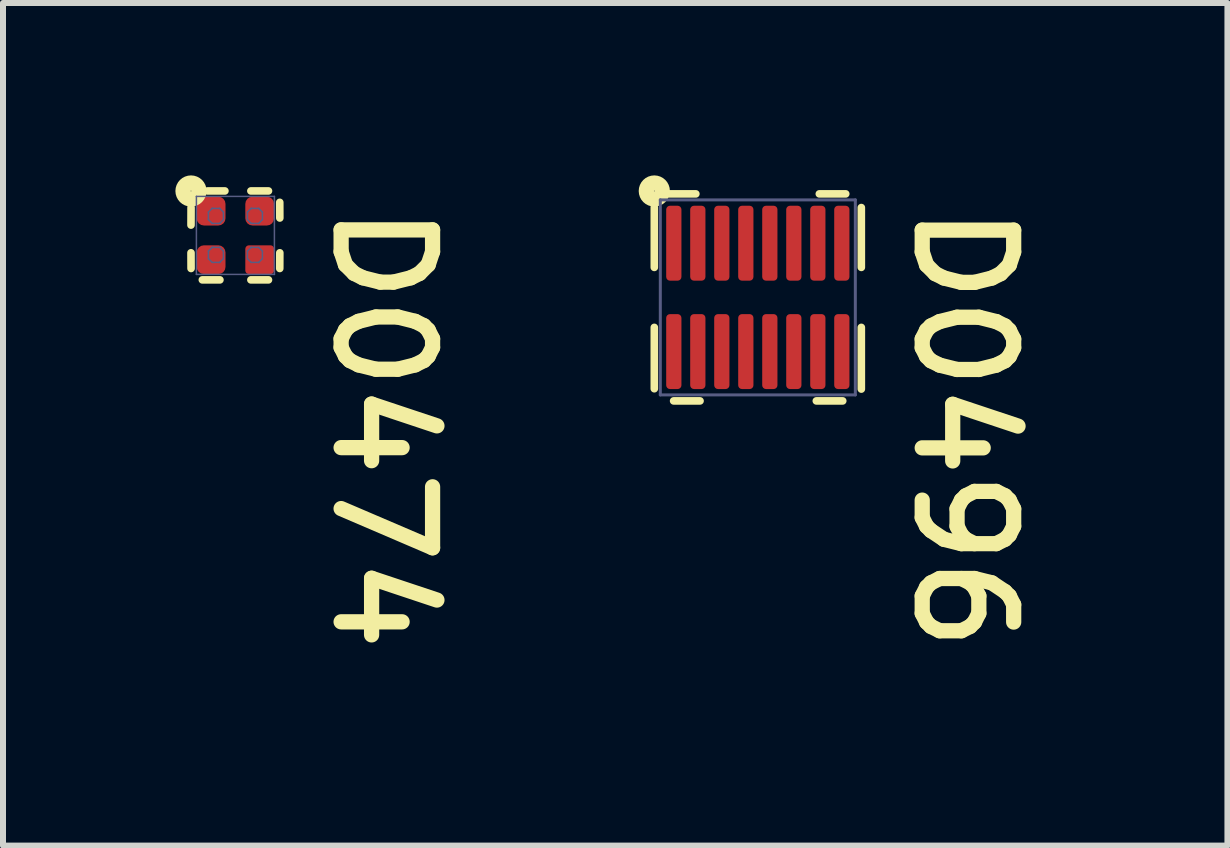
<source format=kicad_pcb>
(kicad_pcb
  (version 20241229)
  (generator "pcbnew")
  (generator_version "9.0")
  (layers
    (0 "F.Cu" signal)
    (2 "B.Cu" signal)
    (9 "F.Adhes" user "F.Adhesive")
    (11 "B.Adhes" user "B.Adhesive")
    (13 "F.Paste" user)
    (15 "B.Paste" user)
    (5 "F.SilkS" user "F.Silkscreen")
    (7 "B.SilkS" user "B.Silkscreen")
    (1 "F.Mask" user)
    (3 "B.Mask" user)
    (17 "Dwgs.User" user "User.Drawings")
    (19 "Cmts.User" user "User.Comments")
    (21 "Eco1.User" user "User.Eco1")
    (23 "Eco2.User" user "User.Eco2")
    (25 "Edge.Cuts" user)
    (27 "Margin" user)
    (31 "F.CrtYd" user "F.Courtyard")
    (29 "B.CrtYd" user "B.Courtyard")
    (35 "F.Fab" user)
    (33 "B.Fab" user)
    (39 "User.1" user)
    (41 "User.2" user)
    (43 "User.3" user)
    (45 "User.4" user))
  (footprint "D0474"
    (layer "F.Cu")
    (at 0.873 0.873)
    (property "Reference" "D0474" (at 1.562 -0.622 270) (unlocked yes) (layer "F.SilkS") (effects (font (size 1.524 1.524) (thickness 0.254)) (justify left bottom)))
    (attr smd)
    (fp_poly (pts (xy -0.388 -0.45) (xy -0.45 -0.388) (xy -0.45 -0.263) (xy -0.388 -0.2) (xy -0.263 -0.2) (xy -0.2 -0.263) (xy -0.2 -0.388) (xy -0.263 -0.45)) (stroke (width 0) (type default)) (fill yes) (layer "F.Mask"))
    (fp_poly (pts (xy -0.388 0.2) (xy -0.45 0.263) (xy -0.45 0.388) (xy -0.388 0.45) (xy -0.263 0.45) (xy -0.2 0.388) (xy -0.2 0.263) (xy -0.263 0.2)) (stroke (width 0) (type default)) (fill yes) (layer "F.Mask"))
    (fp_poly (pts (xy 0.263 -0.45) (xy 0.2 -0.388) (xy 0.2 -0.263) (xy 0.263 -0.2) (xy 0.388 -0.2) (xy 0.45 -0.263) (xy 0.45 -0.388) (xy 0.388 -0.45)) (stroke (width 0) (type default)) (fill yes) (layer "F.Mask"))
    (fp_poly (pts (xy 0.263 0.2) (xy 0.2 0.263) (xy 0.2 0.388) (xy 0.263 0.45) (xy 0.388 0.45) (xy 0.45 0.388) (xy 0.45 0.263) (xy 0.388 0.2)) (stroke (width 0) (type default)) (fill yes) (layer "F.Mask"))
    (fp_line (start -0.74 0.29) (end -0.739 0.551) (stroke (width 0.127) (type solid)) (layer "F.SilkS"))
    (fp_line (start -0.739 -0.463) (end -0.74 -0.172) (stroke (width 0.127) (type solid)) (layer "F.SilkS"))
    (fp_line (start -0.551 0.741) (end -0.258 0.741) (stroke (width 0.127) (type solid)) (layer "F.SilkS"))
    (fp_line (start -0.463 -0.741) (end -0.175 -0.741) (stroke (width 0.127) (type solid)) (layer "F.SilkS"))
    (fp_line (start 0.258 -0.741) (end 0.551 -0.741) (stroke (width 0.127) (type solid)) (layer "F.SilkS"))
    (fp_line (start 0.551 0.741) (end 0.258 0.741) (stroke (width 0.127) (type solid)) (layer "F.SilkS"))
    (fp_line (start 0.739 -0.551) (end 0.74 -0.29) (stroke (width 0.127) (type solid)) (layer "F.SilkS"))
    (fp_line (start 0.74 0.29) (end 0.739 0.551) (stroke (width 0.127) (type solid)) (layer "F.SilkS"))
    (fp_circle (center -0.74 -0.74) (end -0.734 -0.74) (stroke (width 0.254) (type solid)) (fill no) (layer "F.SilkS"))
    (fp_poly (pts (xy -0.388 -0.388) (xy -0.388 -0.263) (xy -0.263 -0.263) (xy -0.263 -0.388)) (stroke (width 0.125) (type solid)) (fill yes) (layer "F.Paste"))
    (fp_poly (pts (xy -0.388 0.263) (xy -0.388 0.388) (xy -0.263 0.388) (xy -0.263 0.263)) (stroke (width 0.125) (type solid)) (fill yes) (layer "F.Paste"))
    (fp_poly (pts (xy 0.262 -0.387) (xy 0.262 -0.262) (xy 0.387 -0.262) (xy 0.387 -0.387)) (stroke (width 0.125) (type solid)) (fill yes) (layer "F.Paste"))
    (fp_poly (pts (xy 0.263 0.263) (xy 0.263 0.388) (xy 0.388 0.388) (xy 0.388 0.263)) (stroke (width 0.125) (type solid)) (fill yes) (layer "F.Paste"))
    (fp_line (start -0.65 -0.65) (end -0.65 0.65) (stroke (width 0.025) (type solid)) (layer "B.Fab"))
    (fp_line (start -0.65 -0.65) (end 0.65 -0.65) (stroke (width 0.025) (type solid)) (layer "B.Fab"))
    (fp_line (start -0.65 0.65) (end 0.65 0.65) (stroke (width 0.025) (type solid)) (layer "B.Fab"))
    (fp_line (start -0.45 0.387) (end -0.387 0.45) (stroke (width 0.025) (type solid)) (layer "B.Fab"))
    (fp_line (start -0.45 -0.263) (end -0.387 -0.2) (stroke (width 0.025) (type solid)) (layer "B.Fab"))
    (fp_line (start -0.45 0.262) (end -0.45 0.387) (stroke (width 0.025) (type solid)) (layer "B.Fab"))
    (fp_line (start -0.45 -0.388) (end -0.45 -0.263) (stroke (width 0.025) (type solid)) (layer "B.Fab"))
    (fp_line (start -0.387 0.2) (end -0.387 0.2) (stroke (width 0.025) (type solid)) (layer "B.Fab"))
    (fp_line (start -0.387 0.2) (end -0.45 0.262) (stroke (width 0.025) (type solid)) (layer "B.Fab"))
    (fp_line (start -0.387 0.45) (end -0.262 0.45) (stroke (width 0.025) (type solid)) (layer "B.Fab"))
    (fp_line (start -0.387 -0.45) (end -0.387 -0.45) (stroke (width 0.025) (type solid)) (layer "B.Fab"))
    (fp_line (start -0.387 -0.45) (end -0.45 -0.388) (stroke (width 0.025) (type solid)) (layer "B.Fab"))
    (fp_line (start -0.387 -0.2) (end -0.262 -0.2) (stroke (width 0.025) (type solid)) (layer "B.Fab"))
    (fp_line (start -0.387 0.2) (end -0.385 0.2) (stroke (width 0.025) (type solid)) (layer "B.Fab"))
    (fp_line (start -0.387 -0.45) (end -0.385 -0.45) (stroke (width 0.025) (type solid)) (layer "B.Fab"))
    (fp_line (start -0.385 0.2) (end -0.262 0.2) (stroke (width 0.025) (type solid)) (layer "B.Fab"))
    (fp_line (start -0.385 -0.45) (end -0.262 -0.45) (stroke (width 0.025) (type solid)) (layer "B.Fab"))
    (fp_line (start -0.262 0.2) (end -0.262 0.2) (stroke (width 0.025) (type solid)) (layer "B.Fab"))
    (fp_line (start -0.262 0.2) (end -0.2 0.262) (stroke (width 0.025) (type solid)) (layer "B.Fab"))
    (fp_line (start -0.262 0.45) (end -0.262 0.45) (stroke (width 0.025) (type solid)) (layer "B.Fab"))
    (fp_line (start -0.262 -0.45) (end -0.262 -0.45) (stroke (width 0.025) (type solid)) (layer "B.Fab"))
    (fp_line (start -0.262 -0.45) (end -0.2 -0.388) (stroke (width 0.025) (type solid)) (layer "B.Fab"))
    (fp_line (start -0.262 -0.2) (end -0.262 -0.2) (stroke (width 0.025) (type solid)) (layer "B.Fab"))
    (fp_line (start -0.2 0.262) (end -0.2 0.387) (stroke (width 0.025) (type solid)) (layer "B.Fab"))
    (fp_line (start -0.2 -0.388) (end -0.2 -0.263) (stroke (width 0.025) (type solid)) (layer "B.Fab"))
    (fp_line (start -0.2 0.387) (end -0.262 0.45) (stroke (width 0.025) (type solid)) (layer "B.Fab"))
    (fp_line (start -0.2 -0.263) (end -0.262 -0.2) (stroke (width 0.025) (type solid)) (layer "B.Fab"))
    (fp_line (start 0.2 -0.263) (end 0.263 -0.2) (stroke (width 0.025) (type solid)) (layer "B.Fab"))
    (fp_line (start 0.2 0.387) (end 0.263 0.45) (stroke (width 0.025) (type solid)) (layer "B.Fab"))
    (fp_line (start 0.2 -0.388) (end 0.2 -0.263) (stroke (width 0.025) (type solid)) (layer "B.Fab"))
    (fp_line (start 0.2 0.262) (end 0.2 0.387) (stroke (width 0.025) (type solid)) (layer "B.Fab"))
    (fp_line (start 0.263 -0.45) (end 0.263 -0.45) (stroke (width 0.025) (type solid)) (layer "B.Fab"))
    (fp_line (start 0.263 -0.45) (end 0.2 -0.388) (stroke (width 0.025) (type solid)) (layer "B.Fab"))
    (fp_line (start 0.263 -0.2) (end 0.388 -0.2) (stroke (width 0.025) (type solid)) (layer "B.Fab"))
    (fp_line (start 0.263 0.2) (end 0.263 0.2) (stroke (width 0.025) (type solid)) (layer "B.Fab"))
    (fp_line (start 0.263 0.2) (end 0.2 0.262) (stroke (width 0.025) (type solid)) (layer "B.Fab"))
    (fp_line (start 0.263 0.45) (end 0.388 0.45) (stroke (width 0.025) (type solid)) (layer "B.Fab"))
    (fp_line (start 0.263 -0.45) (end 0.265 -0.45) (stroke (width 0.025) (type solid)) (layer "B.Fab"))
    (fp_line (start 0.263 0.2) (end 0.265 0.2) (stroke (width 0.025) (type solid)) (layer "B.Fab"))
    (fp_line (start 0.265 -0.45) (end 0.388 -0.45) (stroke (width 0.025) (type solid)) (layer "B.Fab"))
    (fp_line (start 0.265 0.2) (end 0.388 0.2) (stroke (width 0.025) (type solid)) (layer "B.Fab"))
    (fp_line (start 0.388 -0.45) (end 0.388 -0.45) (stroke (width 0.025) (type solid)) (layer "B.Fab"))
    (fp_line (start 0.388 -0.45) (end 0.45 -0.388) (stroke (width 0.025) (type solid)) (layer "B.Fab"))
    (fp_line (start 0.388 -0.2) (end 0.388 -0.2) (stroke (width 0.025) (type solid)) (layer "B.Fab"))
    (fp_line (start 0.388 0.2) (end 0.388 0.2) (stroke (width 0.025) (type solid)) (layer "B.Fab"))
    (fp_line (start 0.388 0.2) (end 0.45 0.262) (stroke (width 0.025) (type solid)) (layer "B.Fab"))
    (fp_line (start 0.388 0.45) (end 0.388 0.45) (stroke (width 0.025) (type solid)) (layer "B.Fab"))
    (fp_line (start 0.45 -0.388) (end 0.45 -0.263) (stroke (width 0.025) (type solid)) (layer "B.Fab"))
    (fp_line (start 0.45 0.262) (end 0.45 0.387) (stroke (width 0.025) (type solid)) (layer "B.Fab"))
    (fp_line (start 0.45 -0.263) (end 0.388 -0.2) (stroke (width 0.025) (type solid)) (layer "B.Fab"))
    (fp_line (start 0.45 0.387) (end 0.388 0.45) (stroke (width 0.025) (type solid)) (layer "B.Fab"))
    (fp_line (start 0.65 -0.65) (end 0.65 0.65) (stroke (width 0.025) (type solid)) (layer "B.Fab"))
    (pad "1" smd roundrect (at -0.405 -0.405 180) (size 0.48 0.48) (layers "F.Cu" "F.Mask" "F.Paste") (roundrect_rratio 0.25))
    (pad "2" smd roundrect (at -0.405 0.405 180) (size 0.48 0.48) (layers "F.Cu" "F.Mask" "F.Paste") (roundrect_rratio 0.25))
    (pad "3" smd roundrect (at 0.405 -0.405 180) (size 0.48 0.48) (layers "F.Cu" "F.Mask" "F.Paste") (roundrect_rratio 0.25))
    (pad "4" smd roundrect (at 0.405 0.405 180) (size 0.48 0.48) (layers "F.Cu" "F.Mask" "F.Paste") (roundrect_rratio 0.125)))
  (footprint "D0496"
    (layer "F.Cu")
    (at 9.579 1.906)
    (property "Reference" "D0496" (at 2.54 -1.651 270) (unlocked yes) (layer "F.SilkS") (effects (font (size 1.524 1.524) (thickness 0.254)) (justify left bottom)))
    (attr smd)
    (fp_line (start -1.4 -1.4) (end -1.4 -0.405) (stroke (width 0.18) (type solid)) (layer "F.Mask"))
    (fp_line (start -1.4 1.401) (end -1.4 0.406) (stroke (width 0.18) (type solid)) (layer "F.Mask"))
    (fp_line (start -1 -1.401) (end -1 -0.406) (stroke (width 0.18) (type solid)) (layer "F.Mask"))
    (fp_line (start -1 1.401) (end -1 0.406) (stroke (width 0.18) (type solid)) (layer "F.Mask"))
    (fp_line (start -0.6 -1.401) (end -0.6 -0.406) (stroke (width 0.18) (type solid)) (layer "F.Mask"))
    (fp_line (start -0.6 1.401) (end -0.6 0.406) (stroke (width 0.18) (type solid)) (layer "F.Mask"))
    (fp_line (start -0.2 -1.401) (end -0.2 -0.406) (stroke (width 0.18) (type solid)) (layer "F.Mask"))
    (fp_line (start -0.2 1.401) (end -0.2 0.406) (stroke (width 0.18) (type solid)) (layer "F.Mask"))
    (fp_line (start 0.2 -1.401) (end 0.2 -0.406) (stroke (width 0.18) (type solid)) (layer "F.Mask"))
    (fp_line (start 0.2 1.401) (end 0.2 0.406) (stroke (width 0.18) (type solid)) (layer "F.Mask"))
    (fp_line (start 0.6 -1.401) (end 0.6 -0.406) (stroke (width 0.18) (type solid)) (layer "F.Mask"))
    (fp_line (start 0.6 1.401) (end 0.6 0.406) (stroke (width 0.18) (type solid)) (layer "F.Mask"))
    (fp_line (start 1 -1.401) (end 1 -0.406) (stroke (width 0.18) (type solid)) (layer "F.Mask"))
    (fp_line (start 1 1.401) (end 1 0.406) (stroke (width 0.18) (type solid)) (layer "F.Mask"))
    (fp_line (start 1.4 -1.401) (end 1.4 -0.406) (stroke (width 0.18) (type solid)) (layer "F.Mask"))
    (fp_line (start 1.4 1.401) (end 1.4 0.406) (stroke (width 0.18) (type solid)) (layer "F.Mask"))
    (fp_line (start -1.725 0.5) (end -1.725 1.522) (stroke (width 0.127) (type solid)) (layer "F.SilkS"))
    (fp_line (start -1.725 -1.5) (end -1.725 -0.5) (stroke (width 0.127) (type solid)) (layer "F.SilkS"))
    (fp_line (start -1.474 -1.725) (end -1.033 -1.725) (stroke (width 0.127) (type solid)) (layer "F.SilkS"))
    (fp_line (start -1.403 1.725) (end -0.963 1.725) (stroke (width 0.127) (type solid)) (layer "F.SilkS"))
    (fp_line (start 0.975 1.725) (end 1.415 1.725) (stroke (width 0.127) (type solid)) (layer "F.SilkS"))
    (fp_line (start 1.025 -1.725) (end 1.465 -1.725) (stroke (width 0.127) (type solid)) (layer "F.SilkS"))
    (fp_line (start 1.725 -1.497) (end 1.725 -0.5) (stroke (width 0.127) (type solid)) (layer "F.SilkS"))
    (fp_line (start 1.725 0.5) (end 1.725 1.528) (stroke (width 0.127) (type solid)) (layer "F.SilkS"))
    (fp_circle (center -1.725 -1.773) (end -1.719 -1.773) (stroke (width 0.254) (type solid)) (fill no) (layer "F.SilkS"))
    (fp_line (start -1.625 -1.625) (end -1.625 1.625) (stroke (width 0.05) (type solid)) (layer "B.Fab"))
    (fp_line (start -1.625 -1.625) (end 1.625 -1.625) (stroke (width 0.05) (type solid)) (layer "B.Fab"))
    (fp_line (start -1.625 1.625) (end 1.625 1.625) (stroke (width 0.05) (type solid)) (layer "B.Fab"))
    (fp_line (start 1.625 -1.625) (end 1.625 1.625) (stroke (width 0.05) (type solid)) (layer "B.Fab"))
    (pad "1" smd roundrect (at -1.4 -0.903) (size 0.254 1.249) (layers "F.Cu" "F.Mask" "F.Paste") (roundrect_rratio 0.25))
    (pad "2" smd roundrect (at -1.4 0.903) (size 0.254 1.249) (layers "F.Cu" "F.Mask" "F.Paste") (roundrect_rratio 0.25))
    (pad "3" smd roundrect (at -1 -0.903) (size 0.254 1.249) (layers "F.Cu" "F.Mask" "F.Paste") (roundrect_rratio 0.25))
    (pad "4" smd roundrect (at -1 0.903) (size 0.254 1.249) (layers "F.Cu" "F.Mask" "F.Paste") (roundrect_rratio 0.25))
    (pad "5" smd roundrect (at -0.6 -0.903) (size 0.254 1.249) (layers "F.Cu" "F.Mask" "F.Paste") (roundrect_rratio 0.25))
    (pad "6" smd roundrect (at -0.6 0.903) (size 0.254 1.249) (layers "F.Cu" "F.Mask" "F.Paste") (roundrect_rratio 0.25))
    (pad "7" smd roundrect (at -0.2 -0.903) (size 0.254 1.249) (layers "F.Cu" "F.Mask" "F.Paste") (roundrect_rratio 0.25))
    (pad "8" smd roundrect (at -0.2 0.903) (size 0.254 1.249) (layers "F.Cu" "F.Mask" "F.Paste") (roundrect_rratio 0.25))
    (pad "9" smd roundrect (at 0.2 -0.903) (size 0.254 1.249) (layers "F.Cu" "F.Mask" "F.Paste") (roundrect_rratio 0.25))
    (pad "10" smd roundrect (at 0.2 0.903) (size 0.254 1.249) (layers "F.Cu" "F.Mask" "F.Paste") (roundrect_rratio 0.25))
    (pad "11" smd roundrect (at 0.6 -0.903) (size 0.254 1.249) (layers "F.Cu" "F.Mask" "F.Paste") (roundrect_rratio 0.25))
    (pad "12" smd roundrect (at 0.6 0.903) (size 0.254 1.249) (layers "F.Cu" "F.Mask" "F.Paste") (roundrect_rratio 0.25))
    (pad "13" smd roundrect (at 1 -0.903) (size 0.254 1.249) (layers "F.Cu" "F.Mask" "F.Paste") (roundrect_rratio 0.25))
    (pad "14" smd roundrect (at 1 0.903) (size 0.254 1.249) (layers "F.Cu" "F.Mask" "F.Paste") (roundrect_rratio 0.25))
    (pad "15" smd roundrect (at 1.4 -0.903) (size 0.254 1.249) (layers "F.Cu" "F.Mask" "F.Paste") (roundrect_rratio 0.25))
    (pad "16" smd roundrect (at 1.4 0.903) (size 0.254 1.249) (layers "F.Cu" "F.Mask" "F.Paste") (roundrect_rratio 0.25)))
  (gr_rect
    (start -3 -3)
    (end 17.405 11.042)
    (stroke (width 0.1) (type default))
    (fill no)
    (layer "Edge.Cuts")))
</source>
